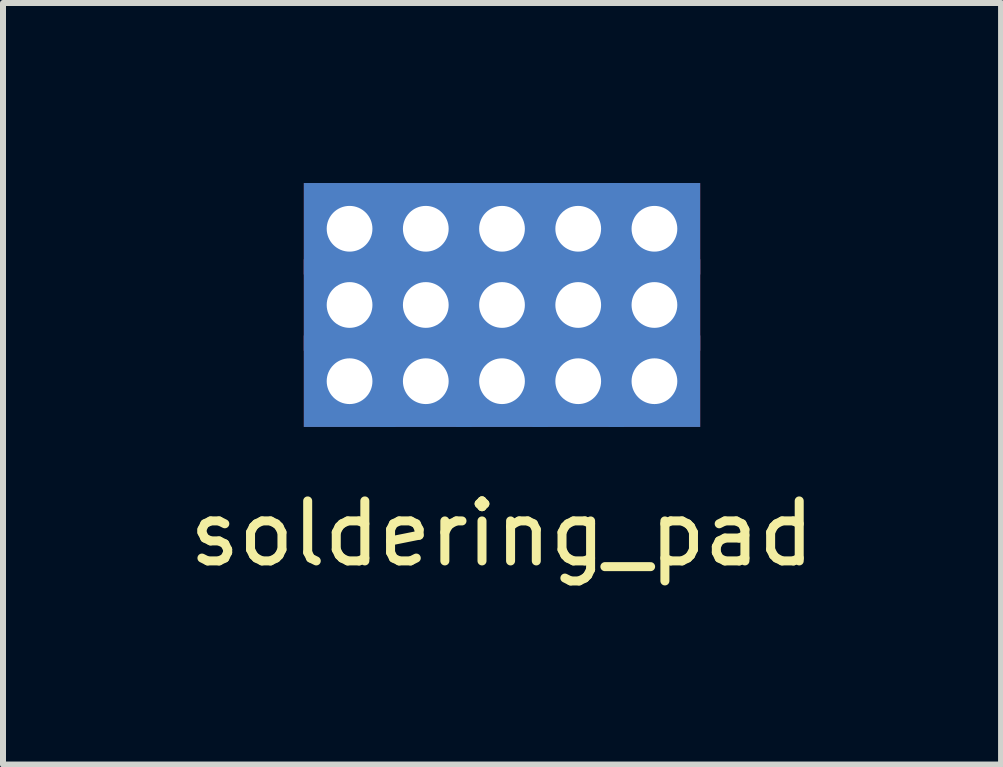
<source format=kicad_pcb>
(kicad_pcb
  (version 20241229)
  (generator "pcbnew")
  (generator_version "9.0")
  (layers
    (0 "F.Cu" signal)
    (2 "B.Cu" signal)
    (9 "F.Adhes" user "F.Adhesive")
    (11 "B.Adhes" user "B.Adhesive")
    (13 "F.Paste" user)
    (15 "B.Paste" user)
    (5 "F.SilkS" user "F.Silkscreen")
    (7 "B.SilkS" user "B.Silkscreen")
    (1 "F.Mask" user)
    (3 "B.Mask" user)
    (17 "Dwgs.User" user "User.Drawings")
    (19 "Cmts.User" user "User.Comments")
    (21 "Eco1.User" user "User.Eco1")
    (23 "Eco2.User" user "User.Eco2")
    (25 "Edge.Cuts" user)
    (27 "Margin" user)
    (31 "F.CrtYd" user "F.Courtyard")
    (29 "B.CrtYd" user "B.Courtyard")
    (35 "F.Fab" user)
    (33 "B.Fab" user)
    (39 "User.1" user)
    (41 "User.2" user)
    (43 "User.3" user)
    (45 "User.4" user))
  (footprint "soldering_pad"
    (layer "F.Cu")
    (at 5.315 2.032)
    (property "Reference" "soldering_pad" (at 0 3.81 0) (layer "F.SilkS") (effects (font (size 1 1) (thickness 0.15))))
    (attr smd)
    (pad "1" thru_hole rect (at -2.54 -1.27) (size 1.524 1.524) (drill 0.762) (layers "*.Cu" "*.Mask"))
    (pad "2" thru_hole rect (at -1.27 -1.27) (size 1.524 1.524) (drill 0.762) (layers "*.Cu" "*.Mask"))
    (pad "3" thru_hole rect (at 0 -1.27) (size 1.524 1.524) (drill 0.762) (layers "*.Cu" "*.Mask"))
    (pad "4" thru_hole rect (at 1.27 -1.27) (size 1.524 1.524) (drill 0.762) (layers "*.Cu" "*.Mask"))
    (pad "5" thru_hole rect (at 2.54 -1.27) (size 1.524 1.524) (drill 0.762) (layers "*.Cu" "*.Mask"))
    (pad "6" thru_hole rect (at -2.54 0) (size 1.524 1.524) (drill 0.762) (layers "*.Cu" "*.Mask"))
    (pad "7" thru_hole rect (at -1.27 0) (size 1.524 1.524) (drill 0.762) (layers "*.Cu" "*.Mask"))
    (pad "8" thru_hole rect (at 0 0) (size 1.524 1.524) (drill 0.762) (layers "*.Cu" "*.Mask"))
    (pad "9" thru_hole rect (at 1.27 0) (size 1.524 1.524) (drill 0.762) (layers "*.Cu" "*.Mask"))
    (pad "10" thru_hole rect (at 2.54 0) (size 1.524 1.524) (drill 0.762) (layers "*.Cu" "*.Mask"))
    (pad "11" thru_hole rect (at -2.54 1.27) (size 1.524 1.524) (drill 0.762) (layers "*.Cu" "*.Mask"))
    (pad "12" thru_hole rect (at -1.27 1.27) (size 1.524 1.524) (drill 0.762) (layers "*.Cu" "*.Mask"))
    (pad "13" thru_hole rect (at 0 1.27) (size 1.524 1.524) (drill 0.762) (layers "*.Cu" "*.Mask"))
    (pad "14" thru_hole rect (at 1.27 1.27) (size 1.524 1.524) (drill 0.762) (layers "*.Cu" "*.Mask"))
    (pad "15" thru_hole rect (at 2.54 1.27) (size 1.524 1.524) (drill 0.762) (layers "*.Cu" "*.Mask")))
  (gr_rect
    (start -3 -3)
    (end 13.631 9.69)
    (stroke (width 0.1) (type default))
    (fill no)
    (layer "Edge.Cuts")))
</source>
